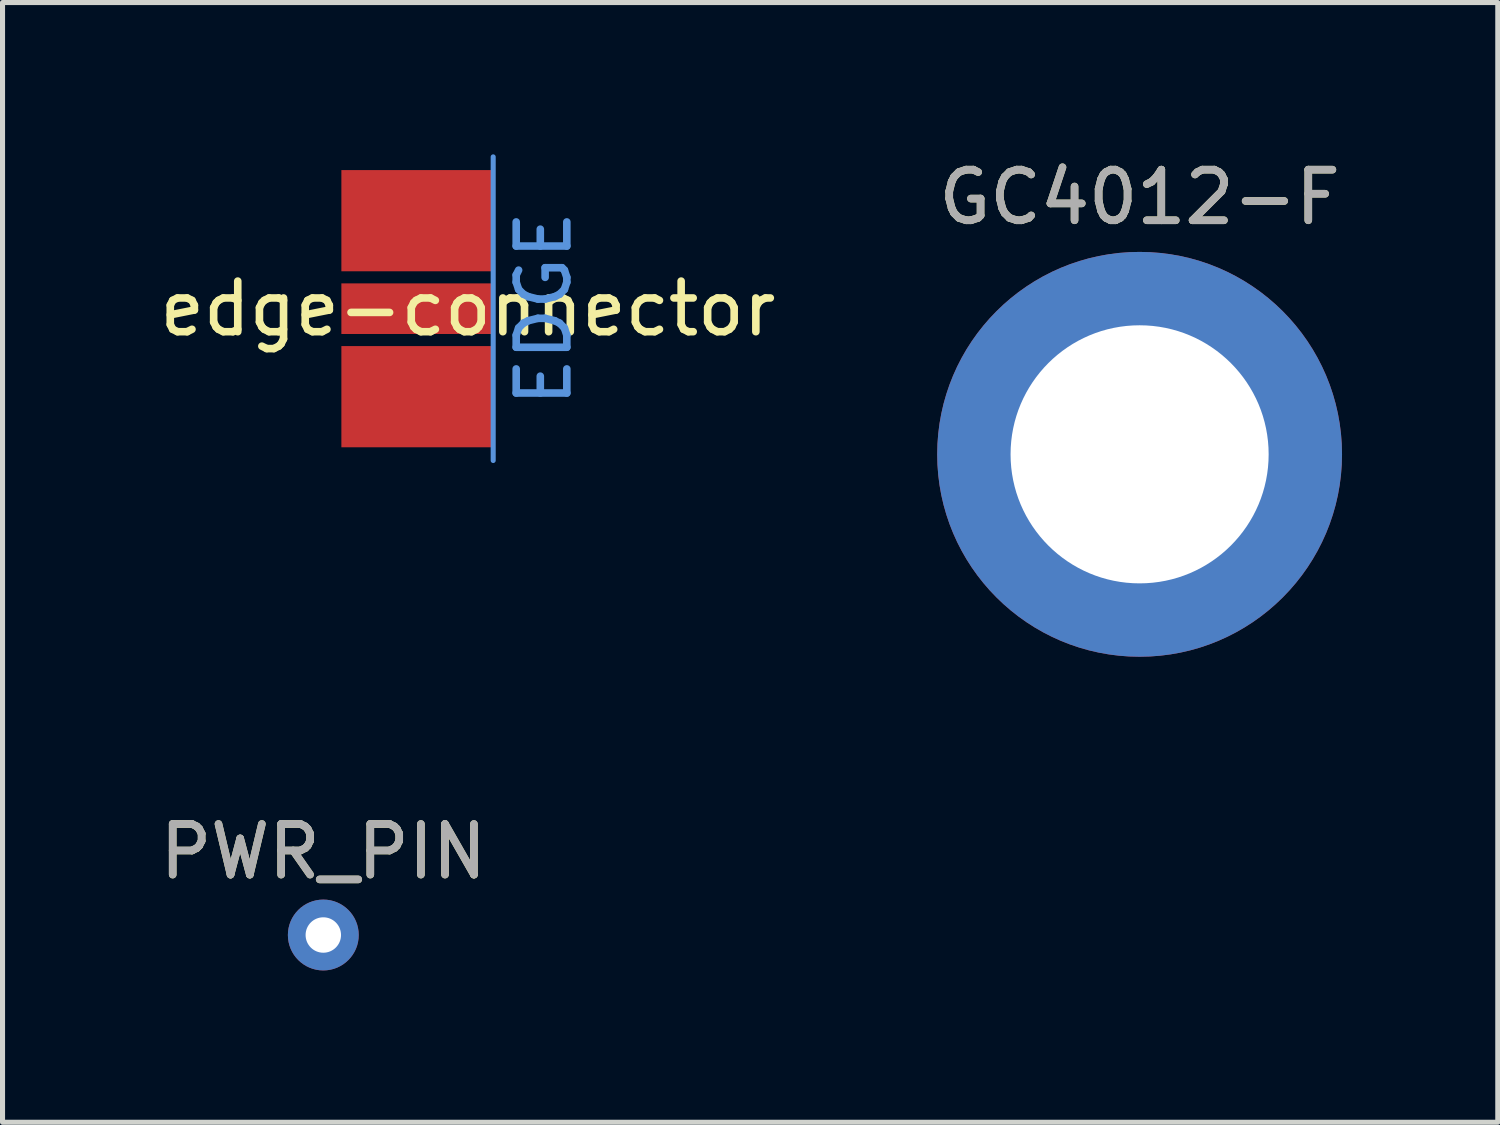
<source format=kicad_pcb>
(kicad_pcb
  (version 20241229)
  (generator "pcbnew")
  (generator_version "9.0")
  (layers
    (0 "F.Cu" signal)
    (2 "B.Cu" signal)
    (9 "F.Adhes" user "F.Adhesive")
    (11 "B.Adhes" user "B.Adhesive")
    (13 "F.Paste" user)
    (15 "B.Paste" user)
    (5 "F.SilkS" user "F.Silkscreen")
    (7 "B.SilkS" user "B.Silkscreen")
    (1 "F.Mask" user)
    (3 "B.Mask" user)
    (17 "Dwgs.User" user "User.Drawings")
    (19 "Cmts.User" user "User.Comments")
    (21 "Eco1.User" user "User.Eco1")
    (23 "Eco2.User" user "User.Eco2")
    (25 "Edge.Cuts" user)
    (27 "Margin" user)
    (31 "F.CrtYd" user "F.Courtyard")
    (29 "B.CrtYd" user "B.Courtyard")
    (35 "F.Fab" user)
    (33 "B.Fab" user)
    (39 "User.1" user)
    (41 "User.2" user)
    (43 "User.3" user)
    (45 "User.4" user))
  (footprint "edge-connector"
    (layer "F.Cu")
    (at 6.696 3.05)
    (property "Reference" "edge-connector" (at -0.5 0 0) (unlocked yes) (layer "F.SilkS") (effects (font (size 1 1) (thickness 0.15))))
    (attr smd)
    (fp_poly (pts (xy 0 2) (xy -3 2) (xy -3 -2) (xy 0 -2)) (stroke (width 0) (type solid)) (fill yes) (layer "F.Mask"))
    (fp_line (start 0 -3) (end 0 3) (stroke (width 0.1) (type solid)) (layer "Cmts.User"))
    (fp_text user "EDGE" (at 1 0 90) (unlocked yes) (layer "Cmts.User") (effects (font (size 1 1) (thickness 0.15))))
    (pad "1" smd rect (at -1.5 0) (size 3 1) (layers "F.Cu"))
    (pad "2" smd rect (at -1.5 -1.739) (size 3 2) (layers "F.Cu"))
    (pad "2" smd rect (at -1.5 1.739) (size 3 2) (layers "F.Cu")))
  (footprint "GC4012-F"
    (layer "F.Cu")
    (at 19.47 5.928)
    (property "Reference" "GC4012-F" (at 0 -5.08 0) (unlocked yes) (layer "F.SilkS") (effects (font (size 1 1) (thickness 0.15))))
    (attr through_hole)
    (fp_text user "${REFERENCE}" (at 0 -5.08 0) (unlocked yes) (layer "F.Fab") (effects (font (size 1 1) (thickness 0.15))))
    (pad "1" thru_hole circle (at 0 0) (size 8 8) (drill 5.1) (layers "*.Cu" "*.Mask")))
  (footprint "PWR_PIN"
    (layer "F.Cu")
    (at 3.339 15.427)
    (property "Reference" "PWR_PIN" (at 0 -1.648 0) (layer "F.SilkS") (effects (font (size 1 1) (thickness 0.15))))
    (attr exclude_from_pos_files exclude_from_bom)
    (fp_text user "${REFERENCE}" (at 0 -1.65 0) (layer "F.Fab") (effects (font (size 1 1) (thickness 0.15))))
    (pad "1" thru_hole circle (at 0 0) (size 1.4 1.4) (drill 0.7) (layers "*.Cu" "*.Mask")))
  (gr_rect
    (start -3 -3)
    (end 26.548 19.127)
    (stroke (width 0.1) (type default))
    (fill no)
    (layer "Edge.Cuts")))
</source>
